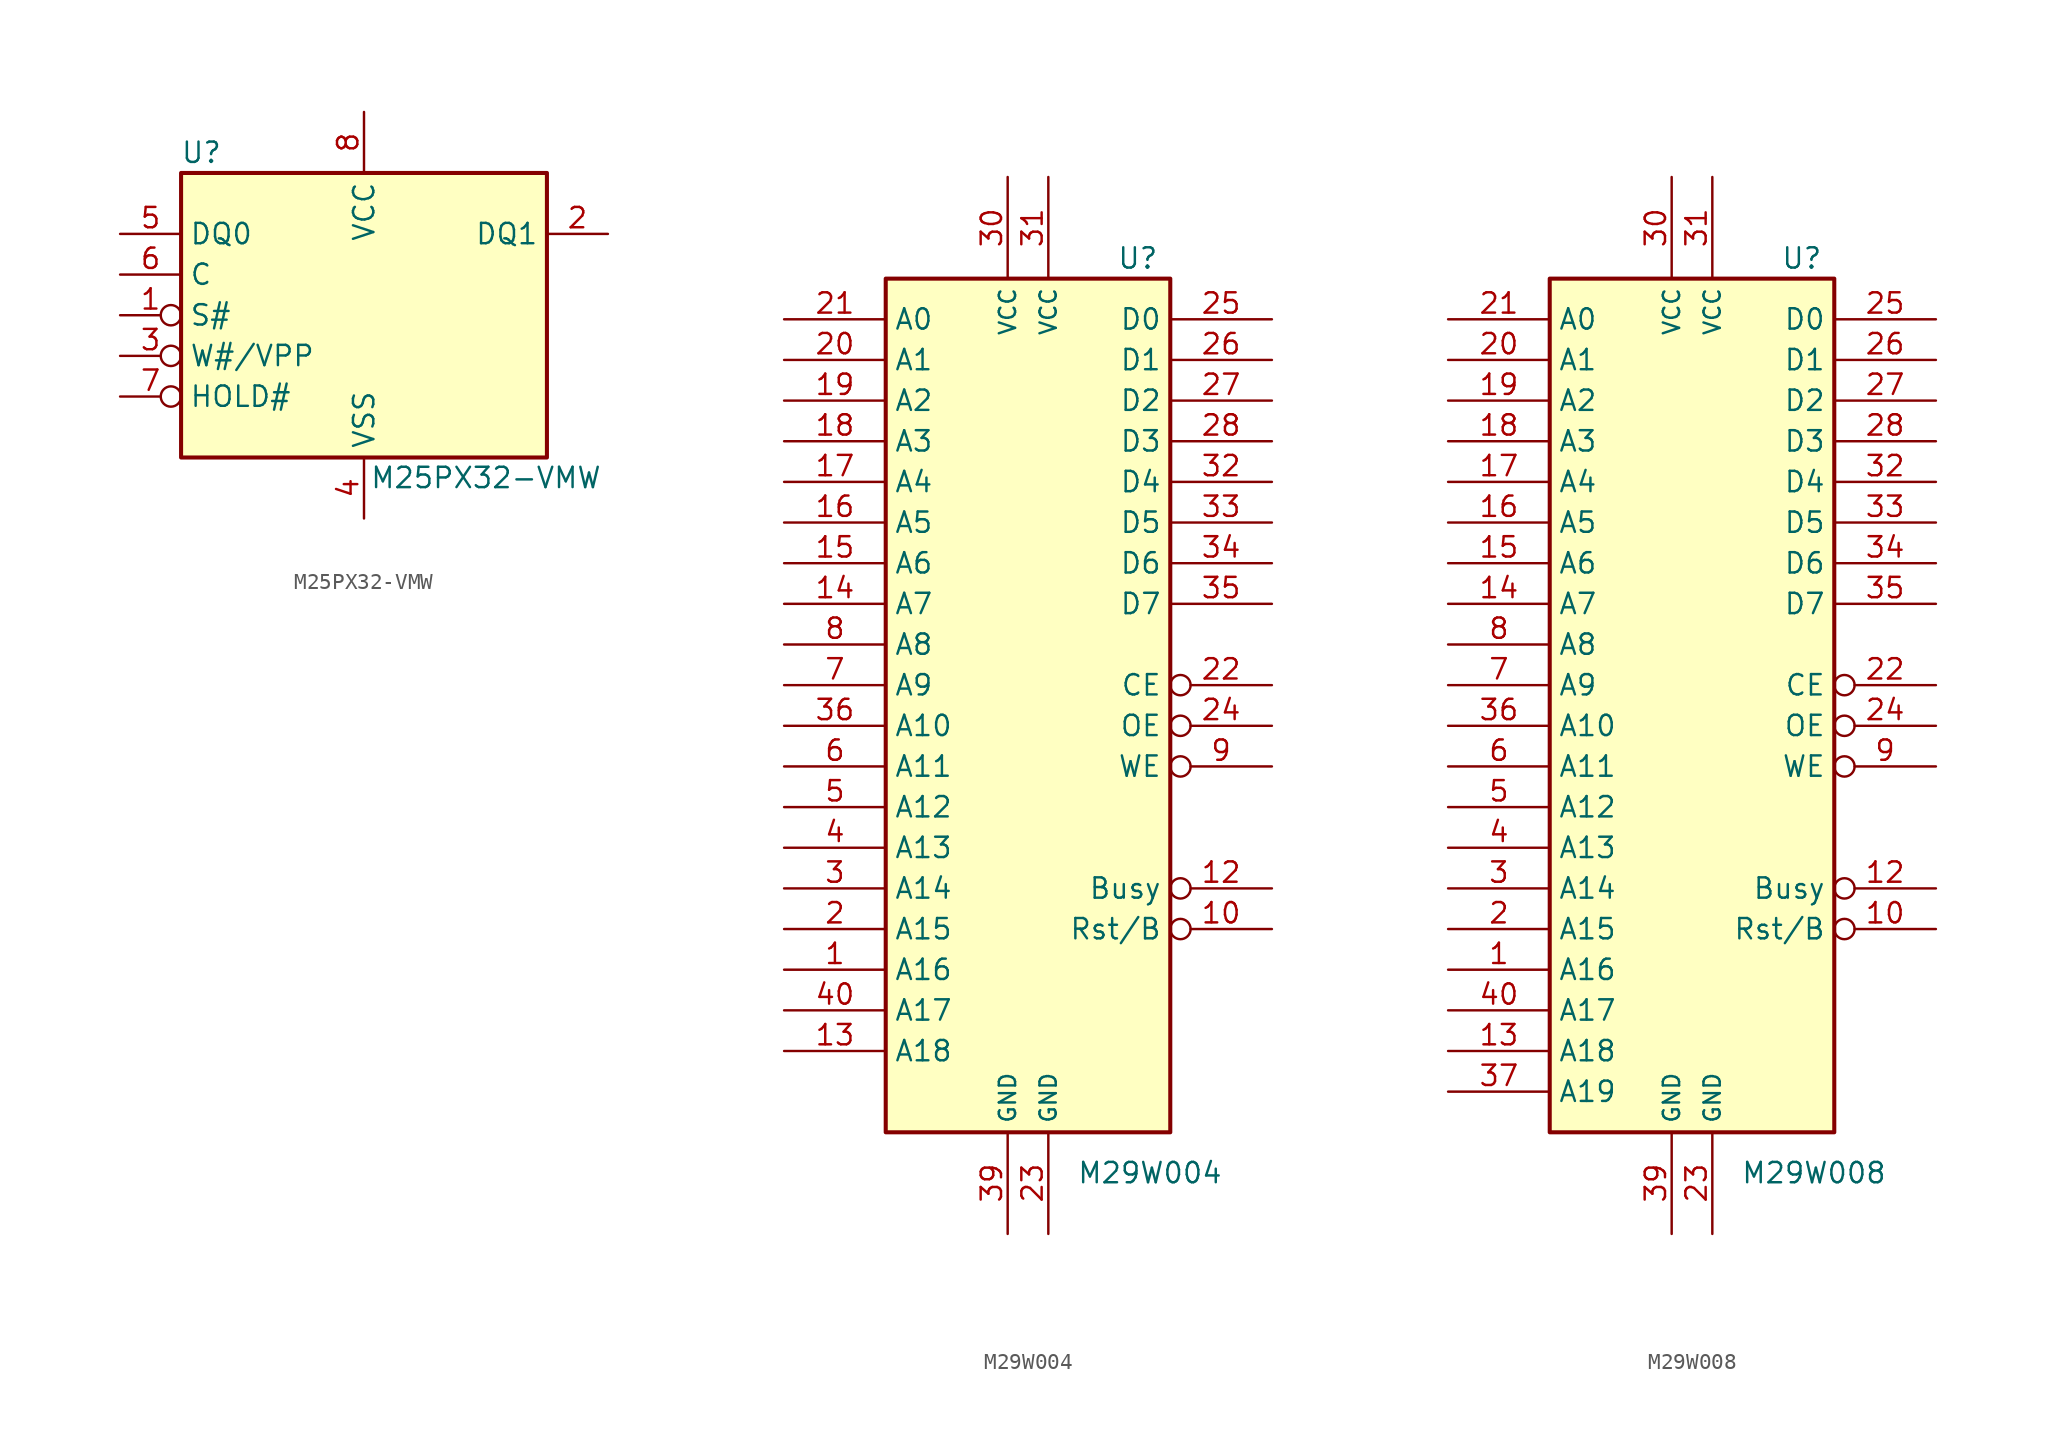
<source format=kicad_sym>
(kicad_symbol_lib
  (version 20201005)
  (generator kicad_symbol_editor)
  (symbol "Memory_Flash:M25PX32-VMW"
    (property "Reference" "U"
      (at -10.16 10.16 0)
      (effects (font (size 1.27 1.27))))
    (property "Value" "M25PX32-VMW"
      (at 7.62 -10.16 0)
      (effects (font (size 1.27 1.27))))
    (symbol "M25PX32-VMW_0_1"
      (rectangle (start -11.43 8.89) (end 11.43 -8.89) (stroke (width 0.254)) (fill (type background))))
    (symbol "M25PX32-VMW_1_1"
      (pin input inverted (at -15.24 0 0) (length 3.81) (name "S#" (effects (font (size 1.27 1.27)))) (number "1" (effects (font (size 1.27 1.27)))))
      (pin bidirectional line (at 15.24 5.08 180) (length 3.81) (name "DQ1" (effects (font (size 1.27 1.27)))) (number "2" (effects (font (size 1.27 1.27)))))
      (pin input inverted (at -15.24 -2.54 0) (length 3.81) (name "W#/VPP" (effects (font (size 1.27 1.27)))) (number "3" (effects (font (size 1.27 1.27)))))
      (pin power_in line (at 0 -12.7 90) (length 3.81) (name "VSS" (effects (font (size 1.27 1.27)))) (number "4" (effects (font (size 1.27 1.27)))))
      (pin bidirectional line (at -15.24 5.08 0) (length 3.81) (name "DQ0" (effects (font (size 1.27 1.27)))) (number "5" (effects (font (size 1.27 1.27)))))
      (pin input line (at -15.24 2.54 0) (length 3.81) (name "C" (effects (font (size 1.27 1.27)))) (number "6" (effects (font (size 1.27 1.27)))))
      (pin input inverted (at -15.24 -5.08 0) (length 3.81) (name "HOLD#" (effects (font (size 1.27 1.27)))) (number "7" (effects (font (size 1.27 1.27)))))
      (pin power_in line (at 0 12.7 270) (length 3.81) (name "VCC" (effects (font (size 1.27 1.27)))) (number "8" (effects (font (size 1.27 1.27)))))))
  (symbol "Memory_Flash:M29W004"
    (property "Reference" "U"
      (at 6.858 27.94 0)
      (effects (font (size 1.27 1.27))))
    (property "Value" "M29W004"
      (at 7.62 -29.21 0)
      (effects (font (size 1.27 1.27))))
    (symbol "M29W004_0_1"
      (rectangle (start -8.89 26.67) (end 8.89 -26.67) (stroke (width 0.254)) (fill (type background))))
    (symbol "M29W004_1_1"
      (pin input line (at -15.24 -16.51 0) (length 6.35) (name "A16" (effects (font (size 1.27 1.27)))) (number "1" (effects (font (size 1.27 1.27)))))
      (pin input inverted (at 15.24 -13.97 180) (length 6.35) (name "Rst/B" (effects (font (size 1.27 1.27)))) (number "10" (effects (font (size 1.27 1.27)))))
      (pin output inverted (at 15.24 -11.43 180) (length 6.35) (name "Busy" (effects (font (size 1.27 1.27)))) (number "12" (effects (font (size 1.27 1.27)))))
      (pin input line (at -15.24 -21.59 0) (length 6.35) (name "A18" (effects (font (size 1.27 1.27)))) (number "13" (effects (font (size 1.27 1.27)))))
      (pin input line (at -15.24 6.35 0) (length 6.35) (name "A7" (effects (font (size 1.27 1.27)))) (number "14" (effects (font (size 1.27 1.27)))))
      (pin input line (at -15.24 8.89 0) (length 6.35) (name "A6" (effects (font (size 1.27 1.27)))) (number "15" (effects (font (size 1.27 1.27)))))
      (pin input line (at -15.24 11.43 0) (length 6.35) (name "A5" (effects (font (size 1.27 1.27)))) (number "16" (effects (font (size 1.27 1.27)))))
      (pin input line (at -15.24 13.97 0) (length 6.35) (name "A4" (effects (font (size 1.27 1.27)))) (number "17" (effects (font (size 1.27 1.27)))))
      (pin input line (at -15.24 16.51 0) (length 6.35) (name "A3" (effects (font (size 1.27 1.27)))) (number "18" (effects (font (size 1.27 1.27)))))
      (pin input line (at -15.24 19.05 0) (length 6.35) (name "A2" (effects (font (size 1.27 1.27)))) (number "19" (effects (font (size 1.27 1.27)))))
      (pin input line (at -15.24 -13.97 0) (length 6.35) (name "A15" (effects (font (size 1.27 1.27)))) (number "2" (effects (font (size 1.27 1.27)))))
      (pin input line (at -15.24 21.59 0) (length 6.35) (name "A1" (effects (font (size 1.27 1.27)))) (number "20" (effects (font (size 1.27 1.27)))))
      (pin input line (at -15.24 24.13 0) (length 6.35) (name "A0" (effects (font (size 1.27 1.27)))) (number "21" (effects (font (size 1.27 1.27)))))
      (pin input inverted (at 15.24 1.27 180) (length 6.35) (name "CE" (effects (font (size 1.27 1.27)))) (number "22" (effects (font (size 1.27 1.27)))))
      (pin power_in line (at 1.27 -33.02 90) (length 6.35) (name "GND" (effects (font (size 1.016 1.016)))) (number "23" (effects (font (size 1.27 1.27)))))
      (pin input inverted (at 15.24 -1.27 180) (length 6.35) (name "OE" (effects (font (size 1.27 1.27)))) (number "24" (effects (font (size 1.27 1.27)))))
      (pin tri_state line (at 15.24 24.13 180) (length 6.35) (name "D0" (effects (font (size 1.27 1.27)))) (number "25" (effects (font (size 1.27 1.27)))))
      (pin tri_state line (at 15.24 21.59 180) (length 6.35) (name "D1" (effects (font (size 1.27 1.27)))) (number "26" (effects (font (size 1.27 1.27)))))
      (pin tri_state line (at 15.24 19.05 180) (length 6.35) (name "D2" (effects (font (size 1.27 1.27)))) (number "27" (effects (font (size 1.27 1.27)))))
      (pin tri_state line (at 15.24 16.51 180) (length 6.35) (name "D3" (effects (font (size 1.27 1.27)))) (number "28" (effects (font (size 1.27 1.27)))))
      (pin input line (at -15.24 -11.43 0) (length 6.35) (name "A14" (effects (font (size 1.27 1.27)))) (number "3" (effects (font (size 1.27 1.27)))))
      (pin power_in line (at -1.27 33.02 270) (length 6.35) (name "VCC" (effects (font (size 1.016 1.016)))) (number "30" (effects (font (size 1.27 1.27)))))
      (pin power_in line (at 1.27 33.02 270) (length 6.35) (name "VCC" (effects (font (size 1.016 1.016)))) (number "31" (effects (font (size 1.27 1.27)))))
      (pin tri_state line (at 15.24 13.97 180) (length 6.35) (name "D4" (effects (font (size 1.27 1.27)))) (number "32" (effects (font (size 1.27 1.27)))))
      (pin tri_state line (at 15.24 11.43 180) (length 6.35) (name "D5" (effects (font (size 1.27 1.27)))) (number "33" (effects (font (size 1.27 1.27)))))
      (pin tri_state line (at 15.24 8.89 180) (length 6.35) (name "D6" (effects (font (size 1.27 1.27)))) (number "34" (effects (font (size 1.27 1.27)))))
      (pin tri_state line (at 15.24 6.35 180) (length 6.35) (name "D7" (effects (font (size 1.27 1.27)))) (number "35" (effects (font (size 1.27 1.27)))))
      (pin input line (at -15.24 -1.27 0) (length 6.35) (name "A10" (effects (font (size 1.27 1.27)))) (number "36" (effects (font (size 1.27 1.27)))))
      (pin power_in line (at -1.27 -33.02 90) (length 6.35) (name "GND" (effects (font (size 1.016 1.016)))) (number "39" (effects (font (size 1.27 1.27)))))
      (pin input line (at -15.24 -8.89 0) (length 6.35) (name "A13" (effects (font (size 1.27 1.27)))) (number "4" (effects (font (size 1.27 1.27)))))
      (pin input line (at -15.24 -19.05 0) (length 6.35) (name "A17" (effects (font (size 1.27 1.27)))) (number "40" (effects (font (size 1.27 1.27)))))
      (pin input line (at -15.24 -6.35 0) (length 6.35) (name "A12" (effects (font (size 1.27 1.27)))) (number "5" (effects (font (size 1.27 1.27)))))
      (pin input line (at -15.24 -3.81 0) (length 6.35) (name "A11" (effects (font (size 1.27 1.27)))) (number "6" (effects (font (size 1.27 1.27)))))
      (pin input line (at -15.24 1.27 0) (length 6.35) (name "A9" (effects (font (size 1.27 1.27)))) (number "7" (effects (font (size 1.27 1.27)))))
      (pin input line (at -15.24 3.81 0) (length 6.35) (name "A8" (effects (font (size 1.27 1.27)))) (number "8" (effects (font (size 1.27 1.27)))))
      (pin input inverted (at 15.24 -3.81 180) (length 6.35) (name "WE" (effects (font (size 1.27 1.27)))) (number "9" (effects (font (size 1.27 1.27)))))))
  (symbol "Memory_Flash:M29W008"
    (property "Reference" "U"
      (at 6.858 27.94 0)
      (effects (font (size 1.27 1.27))))
    (property "Value" "M29W008"
      (at 7.62 -29.21 0)
      (effects (font (size 1.27 1.27))))
    (symbol "M29W008_0_1"
      (rectangle (start -8.89 26.67) (end 8.89 -26.67) (stroke (width 0.254)) (fill (type background))))
    (symbol "M29W008_1_1"
      (pin input line (at -15.24 -16.51 0) (length 6.35) (name "A16" (effects (font (size 1.27 1.27)))) (number "1" (effects (font (size 1.27 1.27)))))
      (pin input inverted (at 15.24 -13.97 180) (length 6.35) (name "Rst/B" (effects (font (size 1.27 1.27)))) (number "10" (effects (font (size 1.27 1.27)))))
      (pin output inverted (at 15.24 -11.43 180) (length 6.35) (name "Busy" (effects (font (size 1.27 1.27)))) (number "12" (effects (font (size 1.27 1.27)))))
      (pin input line (at -15.24 -21.59 0) (length 6.35) (name "A18" (effects (font (size 1.27 1.27)))) (number "13" (effects (font (size 1.27 1.27)))))
      (pin input line (at -15.24 6.35 0) (length 6.35) (name "A7" (effects (font (size 1.27 1.27)))) (number "14" (effects (font (size 1.27 1.27)))))
      (pin input line (at -15.24 8.89 0) (length 6.35) (name "A6" (effects (font (size 1.27 1.27)))) (number "15" (effects (font (size 1.27 1.27)))))
      (pin input line (at -15.24 11.43 0) (length 6.35) (name "A5" (effects (font (size 1.27 1.27)))) (number "16" (effects (font (size 1.27 1.27)))))
      (pin input line (at -15.24 13.97 0) (length 6.35) (name "A4" (effects (font (size 1.27 1.27)))) (number "17" (effects (font (size 1.27 1.27)))))
      (pin input line (at -15.24 16.51 0) (length 6.35) (name "A3" (effects (font (size 1.27 1.27)))) (number "18" (effects (font (size 1.27 1.27)))))
      (pin input line (at -15.24 19.05 0) (length 6.35) (name "A2" (effects (font (size 1.27 1.27)))) (number "19" (effects (font (size 1.27 1.27)))))
      (pin input line (at -15.24 -13.97 0) (length 6.35) (name "A15" (effects (font (size 1.27 1.27)))) (number "2" (effects (font (size 1.27 1.27)))))
      (pin input line (at -15.24 21.59 0) (length 6.35) (name "A1" (effects (font (size 1.27 1.27)))) (number "20" (effects (font (size 1.27 1.27)))))
      (pin input line (at -15.24 24.13 0) (length 6.35) (name "A0" (effects (font (size 1.27 1.27)))) (number "21" (effects (font (size 1.27 1.27)))))
      (pin input inverted (at 15.24 1.27 180) (length 6.35) (name "CE" (effects (font (size 1.27 1.27)))) (number "22" (effects (font (size 1.27 1.27)))))
      (pin power_in line (at 1.27 -33.02 90) (length 6.35) (name "GND" (effects (font (size 1.016 1.016)))) (number "23" (effects (font (size 1.27 1.27)))))
      (pin input inverted (at 15.24 -1.27 180) (length 6.35) (name "OE" (effects (font (size 1.27 1.27)))) (number "24" (effects (font (size 1.27 1.27)))))
      (pin tri_state line (at 15.24 24.13 180) (length 6.35) (name "D0" (effects (font (size 1.27 1.27)))) (number "25" (effects (font (size 1.27 1.27)))))
      (pin tri_state line (at 15.24 21.59 180) (length 6.35) (name "D1" (effects (font (size 1.27 1.27)))) (number "26" (effects (font (size 1.27 1.27)))))
      (pin tri_state line (at 15.24 19.05 180) (length 6.35) (name "D2" (effects (font (size 1.27 1.27)))) (number "27" (effects (font (size 1.27 1.27)))))
      (pin tri_state line (at 15.24 16.51 180) (length 6.35) (name "D3" (effects (font (size 1.27 1.27)))) (number "28" (effects (font (size 1.27 1.27)))))
      (pin input line (at -15.24 -11.43 0) (length 6.35) (name "A14" (effects (font (size 1.27 1.27)))) (number "3" (effects (font (size 1.27 1.27)))))
      (pin power_in line (at -1.27 33.02 270) (length 6.35) (name "VCC" (effects (font (size 1.016 1.016)))) (number "30" (effects (font (size 1.27 1.27)))))
      (pin power_in line (at 1.27 33.02 270) (length 6.35) (name "VCC" (effects (font (size 1.016 1.016)))) (number "31" (effects (font (size 1.27 1.27)))))
      (pin tri_state line (at 15.24 13.97 180) (length 6.35) (name "D4" (effects (font (size 1.27 1.27)))) (number "32" (effects (font (size 1.27 1.27)))))
      (pin tri_state line (at 15.24 11.43 180) (length 6.35) (name "D5" (effects (font (size 1.27 1.27)))) (number "33" (effects (font (size 1.27 1.27)))))
      (pin tri_state line (at 15.24 8.89 180) (length 6.35) (name "D6" (effects (font (size 1.27 1.27)))) (number "34" (effects (font (size 1.27 1.27)))))
      (pin tri_state line (at 15.24 6.35 180) (length 6.35) (name "D7" (effects (font (size 1.27 1.27)))) (number "35" (effects (font (size 1.27 1.27)))))
      (pin input line (at -15.24 -1.27 0) (length 6.35) (name "A10" (effects (font (size 1.27 1.27)))) (number "36" (effects (font (size 1.27 1.27)))))
      (pin input line (at -15.24 -24.13 0) (length 6.35) (name "A19" (effects (font (size 1.27 1.27)))) (number "37" (effects (font (size 1.27 1.27)))))
      (pin power_in line (at -1.27 -33.02 90) (length 6.35) (name "GND" (effects (font (size 1.016 1.016)))) (number "39" (effects (font (size 1.27 1.27)))))
      (pin input line (at -15.24 -8.89 0) (length 6.35) (name "A13" (effects (font (size 1.27 1.27)))) (number "4" (effects (font (size 1.27 1.27)))))
      (pin input line (at -15.24 -19.05 0) (length 6.35) (name "A17" (effects (font (size 1.27 1.27)))) (number "40" (effects (font (size 1.27 1.27)))))
      (pin input line (at -15.24 -6.35 0) (length 6.35) (name "A12" (effects (font (size 1.27 1.27)))) (number "5" (effects (font (size 1.27 1.27)))))
      (pin input line (at -15.24 -3.81 0) (length 6.35) (name "A11" (effects (font (size 1.27 1.27)))) (number "6" (effects (font (size 1.27 1.27)))))
      (pin input line (at -15.24 1.27 0) (length 6.35) (name "A9" (effects (font (size 1.27 1.27)))) (number "7" (effects (font (size 1.27 1.27)))))
      (pin input line (at -15.24 3.81 0) (length 6.35) (name "A8" (effects (font (size 1.27 1.27)))) (number "8" (effects (font (size 1.27 1.27)))))
      (pin input inverted (at 15.24 -3.81 180) (length 6.35) (name "WE" (effects (font (size 1.27 1.27)))) (number "9" (effects (font (size 1.27 1.27))))))))
</source>
